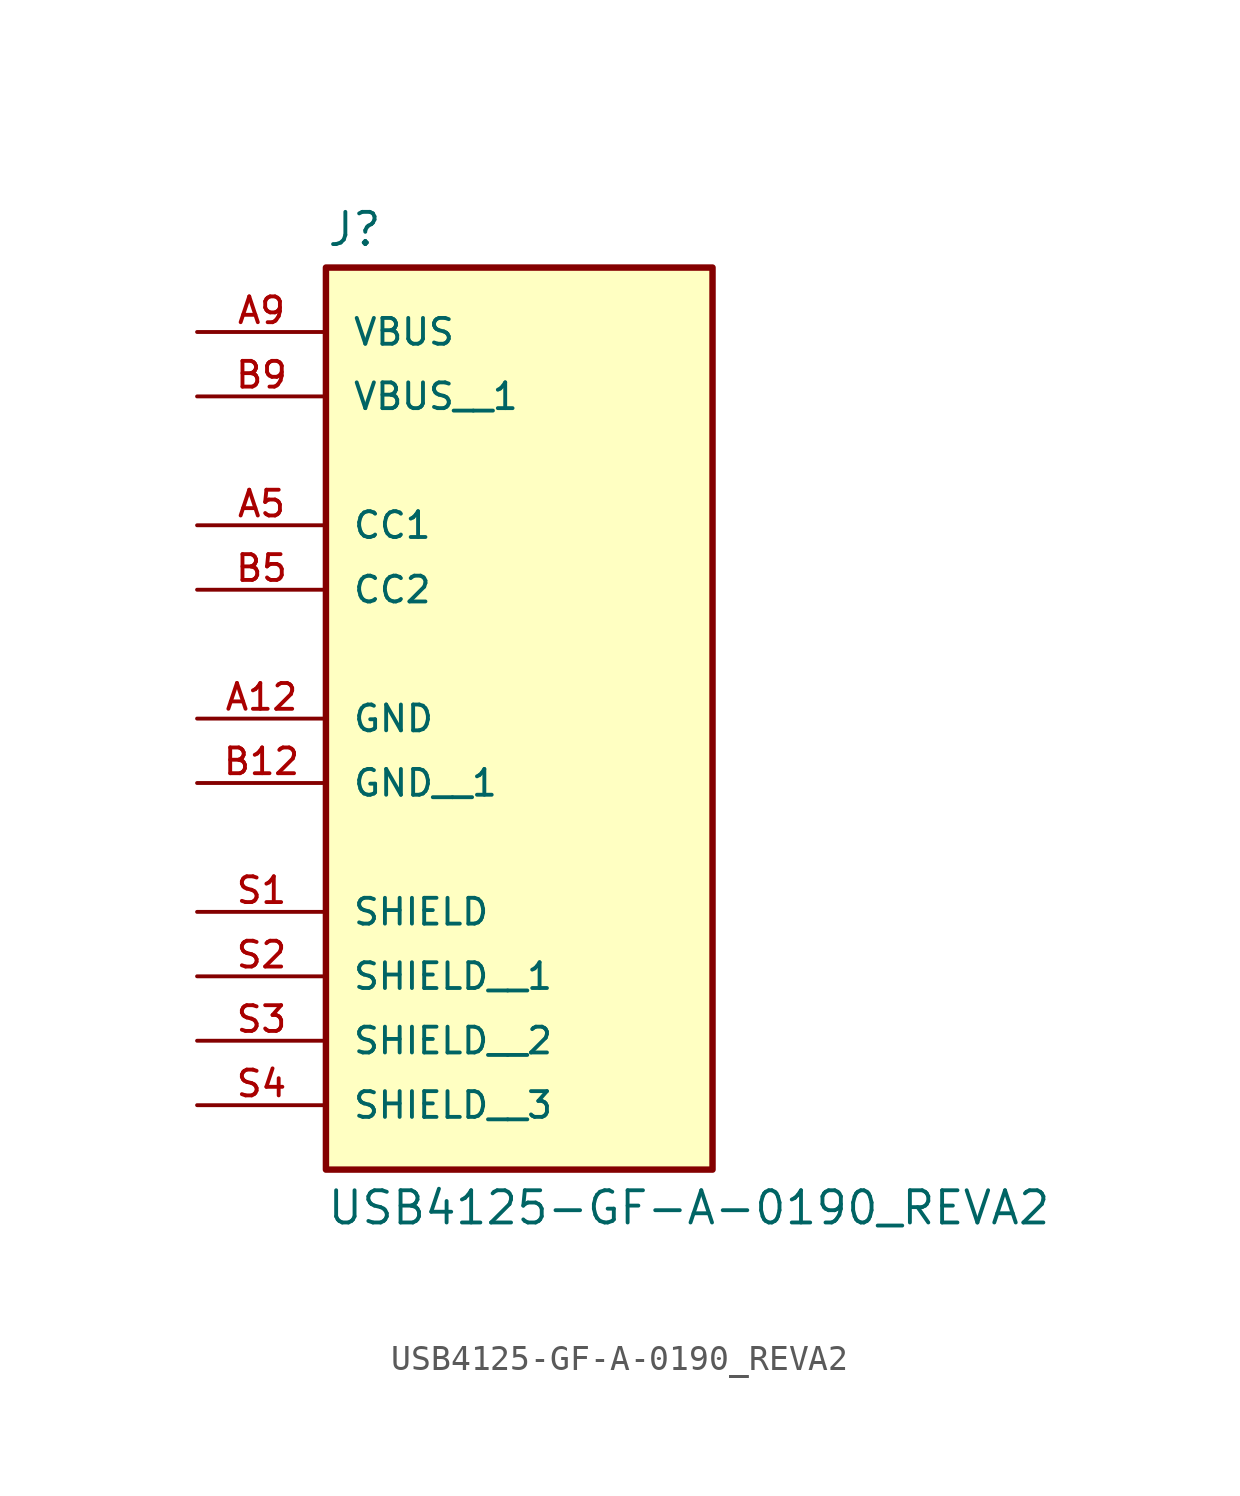
<source format=kicad_sym>
(kicad_symbol_lib
  (version 20211014)
  (generator kicad_symbol_editor)
  (symbol "USB4125-GF-A-0190_REVA2"
    (pin_names
      (offset 1.016))
    (property "Reference" "J"
      (at -7.62 10.922 0)
      (effects (font (size 1.27 1.27)) (justify bottom left)))
    (property "Value" "USB4125-GF-A-0190_REVA2"
      (at -7.62 -26.162 0.0)
      (effects (font (size 1.27 1.27)) (justify top left)))
    (symbol "USB4125-GF-A-0190_REVA2_0_0"
      (rectangle (start -7.62 -25.4) (end 7.62 10.16) (stroke (width 0.254)) (fill (type background)))
      (pin power_in line (at -12.7 -7.62 0) (length 5.08) (name "GND" (effects (font (size 1.016 1.016)))) (number "A12" (effects (font (size 1.016 1.016)))))
      (pin power_in line (at -12.7 7.62 0) (length 5.08) (name "VBUS" (effects (font (size 1.016 1.016)))) (number "A9" (effects (font (size 1.016 1.016)))))
      (pin bidirectional line (at -12.7 0.0 0) (length 5.08) (name "CC1" (effects (font (size 1.016 1.016)))) (number "A5" (effects (font (size 1.016 1.016)))))
      (pin passive line (at -12.7 -15.24 0) (length 5.08) (name "SHIELD" (effects (font (size 1.016 1.016)))) (number "S1" (effects (font (size 1.016 1.016)))))
      (pin bidirectional line (at -12.7 -2.54 0) (length 5.08) (name "CC2" (effects (font (size 1.016 1.016)))) (number "B5" (effects (font (size 1.016 1.016)))))
      (pin power_in line (at -12.7 5.08 0) (length 5.08) (name "VBUS__1" (effects (font (size 1.016 1.016)))) (number "B9" (effects (font (size 1.016 1.016)))))
      (pin power_in line (at -12.7 -10.16 0) (length 5.08) (name "GND__1" (effects (font (size 1.016 1.016)))) (number "B12" (effects (font (size 1.016 1.016)))))
      (pin passive line (at -12.7 -17.78 0) (length 5.08) (name "SHIELD__1" (effects (font (size 1.016 1.016)))) (number "S2" (effects (font (size 1.016 1.016)))))
      (pin passive line (at -12.7 -20.32 0) (length 5.08) (name "SHIELD__2" (effects (font (size 1.016 1.016)))) (number "S3" (effects (font (size 1.016 1.016)))))
      (pin passive line (at -12.7 -22.86 0) (length 5.08) (name "SHIELD__3" (effects (font (size 1.016 1.016)))) (number "S4" (effects (font (size 1.016 1.016))))))))
</source>
